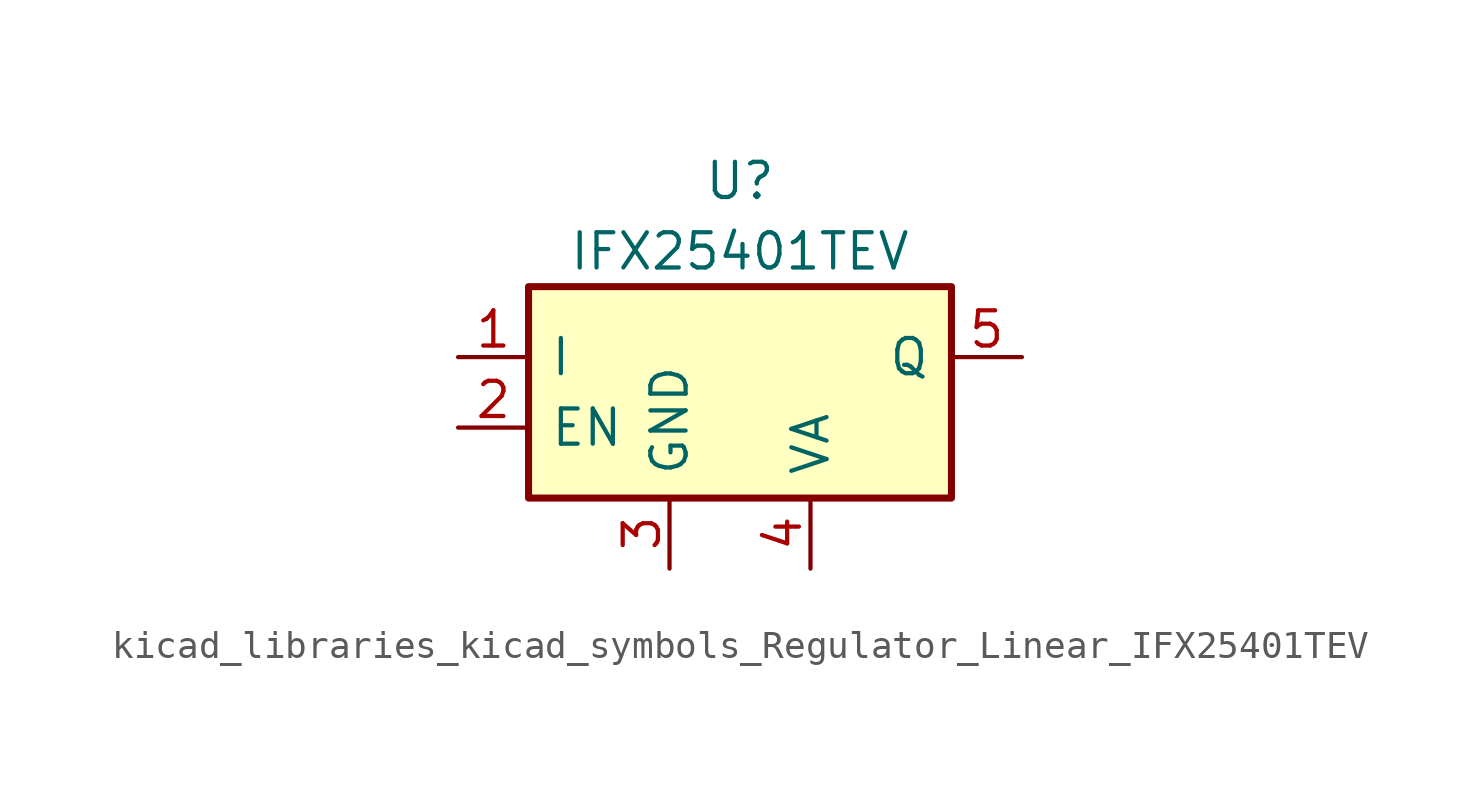
<source format=kicad_sym>
(kicad_symbol_lib
  (version 20220914)
  (generator kicad_symbol_editor)
  (symbol "kicad_libraries_kicad_symbols_Regulator_Linear_IFX25401TEV"
    (pin_names
      (offset 0.762))
    (property "Reference" "U"
      (at 0 6.35 0)
      (effects (font (size 1.27 1.27))))
    (property "Value" "IFX25401TEV"
      (at 0 3.81 0)
      (effects (font (size 1.27 1.27))))
    (symbol "kicad_libraries_kicad_symbols_Regulator_Linear_IFX25401TEV_0_1"
      (rectangle (start -7.62 2.54) (end 7.62 -5.08) (stroke (width 0.254) (type default)) (fill (type background))))
    (symbol "kicad_libraries_kicad_symbols_Regulator_Linear_IFX25401TEV_1_1"
      (pin power_in line (at -10.16 0 0) (length 2.54) (name "I" (effects (font (size 1.27 1.27)))) (number "1" (effects (font (size 1.27 1.27)))))
      (pin input line (at -10.16 -2.54 0) (length 2.54) (name "EN" (effects (font (size 1.27 1.27)))) (number "2" (effects (font (size 1.27 1.27)))))
      (pin power_in line (at -2.54 -7.62 90) (length 2.54) (name "GND" (effects (font (size 1.27 1.27)))) (number "3" (effects (font (size 1.27 1.27)))))
      (pin input line (at 2.54 -7.62 90) (length 2.54) (name "VA" (effects (font (size 1.27 1.27)))) (number "4" (effects (font (size 1.27 1.27)))))
      (pin power_out line (at 10.16 0 180) (length 2.54) (name "Q" (effects (font (size 1.27 1.27)))) (number "5" (effects (font (size 1.27 1.27))))))))
</source>
